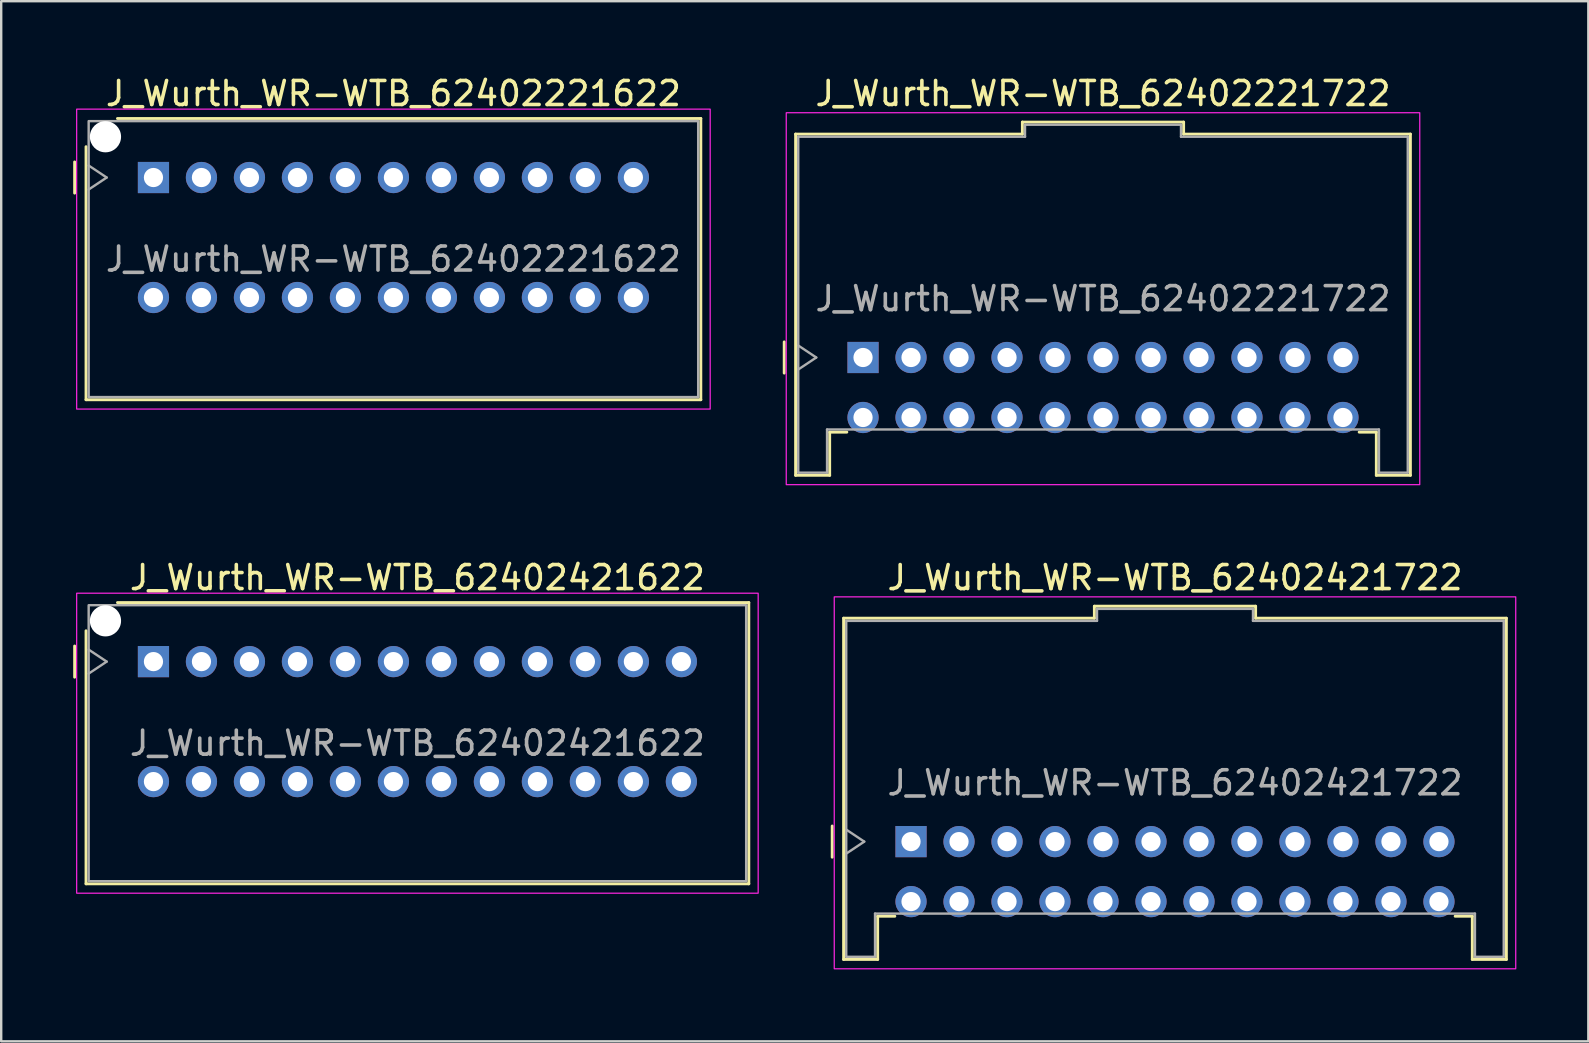
<source format=kicad_pcb>
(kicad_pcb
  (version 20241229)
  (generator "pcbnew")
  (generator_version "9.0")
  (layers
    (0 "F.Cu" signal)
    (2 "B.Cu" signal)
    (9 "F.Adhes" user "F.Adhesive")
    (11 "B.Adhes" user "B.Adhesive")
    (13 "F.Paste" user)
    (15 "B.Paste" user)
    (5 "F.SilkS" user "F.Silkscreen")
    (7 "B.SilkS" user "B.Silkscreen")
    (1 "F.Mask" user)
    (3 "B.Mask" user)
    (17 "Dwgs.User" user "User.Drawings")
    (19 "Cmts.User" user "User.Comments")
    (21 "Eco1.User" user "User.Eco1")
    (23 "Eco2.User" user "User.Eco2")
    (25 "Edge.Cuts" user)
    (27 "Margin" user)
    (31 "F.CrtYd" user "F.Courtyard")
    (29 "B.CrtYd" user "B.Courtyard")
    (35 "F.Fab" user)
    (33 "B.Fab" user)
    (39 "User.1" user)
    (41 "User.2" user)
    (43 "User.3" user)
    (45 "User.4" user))
  (footprint "J_Wurth_WR-WTB_62402421622"
    (layer "F.Cu")
    (at 3.345 24.521)
    (property "Reference" "J_Wurth_WR-WTB_62402421622" (at 11 -3.5 0) (unlocked yes) (layer "F.SilkS") (effects (font (size 1 1) (thickness 0.15))))
    (attr through_hole)
    (fp_line (start -3.285 -0.65) (end -3.285 0.65) (stroke (width 0.12) (type solid)) (layer "F.SilkS"))
    (fp_line (start -2.81 9.26) (end -2.81 -1.285) (stroke (width 0.12) (type default)) (layer "F.SilkS"))
    (fp_line (start -1.5 -2.46) (end 24.81 -2.46) (stroke (width 0.12) (type default)) (layer "F.SilkS"))
    (fp_line (start 24.81 -2.46) (end 24.81 9.26) (stroke (width 0.12) (type solid)) (layer "F.SilkS"))
    (fp_line (start 24.81 9.26) (end -2.81 9.26) (stroke (width 0.12) (type default)) (layer "F.SilkS"))
    (fp_rect (start -3.2 -2.85) (end 25.2 9.65) (stroke (width 0.05) (type solid)) (fill no) (layer "F.CrtYd"))
    (fp_line (start -1.95 0) (end -2.7 -0.5) (stroke (width 0.1) (type solid)) (layer "F.Fab"))
    (fp_line (start -1.95 0) (end -2.7 0.5) (stroke (width 0.1) (type solid)) (layer "F.Fab"))
    (fp_rect (start -2.7 -2.35) (end 24.7 9.15) (stroke (width 0.1) (type solid)) (fill no) (layer "F.Fab"))
    (fp_text user "${REFERENCE}" (at 11 3.4 0) (unlocked yes) (layer "F.Fab") (effects (font (size 1 1) (thickness 0.15))))
    (pad "" np_thru_hole circle (at -2 -1.7) (size 1.3 1.3) (drill 1.3) (layers "*.Cu" "*.Mask"))
    (pad "1" thru_hole rect (at 0 0) (size 1.3 1.3) (drill 0.8) (layers "*.Cu" "*.Mask"))
    (pad "2" thru_hole circle (at 0 5) (size 1.3 1.3) (drill 0.8) (layers "*.Cu" "*.Mask"))
    (pad "3" thru_hole circle (at 2 0) (size 1.3 1.3) (drill 0.8) (layers "*.Cu" "*.Mask"))
    (pad "4" thru_hole circle (at 2 5) (size 1.3 1.3) (drill 0.8) (layers "*.Cu" "*.Mask"))
    (pad "5" thru_hole circle (at 4 0) (size 1.3 1.3) (drill 0.8) (layers "*.Cu" "*.Mask"))
    (pad "6" thru_hole circle (at 4 5) (size 1.3 1.3) (drill 0.8) (layers "*.Cu" "*.Mask"))
    (pad "7" thru_hole circle (at 6 0) (size 1.3 1.3) (drill 0.8) (layers "*.Cu" "*.Mask"))
    (pad "8" thru_hole circle (at 6 5) (size 1.3 1.3) (drill 0.8) (layers "*.Cu" "*.Mask"))
    (pad "9" thru_hole circle (at 8 0) (size 1.3 1.3) (drill 0.8) (layers "*.Cu" "*.Mask"))
    (pad "10" thru_hole circle (at 8 5) (size 1.3 1.3) (drill 0.8) (layers "*.Cu" "*.Mask"))
    (pad "11" thru_hole circle (at 10 0) (size 1.3 1.3) (drill 0.8) (layers "*.Cu" "*.Mask"))
    (pad "12" thru_hole circle (at 10 5) (size 1.3 1.3) (drill 0.8) (layers "*.Cu" "*.Mask"))
    (pad "13" thru_hole circle (at 12 0) (size 1.3 1.3) (drill 0.8) (layers "*.Cu" "*.Mask"))
    (pad "14" thru_hole circle (at 12 5) (size 1.3 1.3) (drill 0.8) (layers "*.Cu" "*.Mask"))
    (pad "15" thru_hole circle (at 14 0) (size 1.3 1.3) (drill 0.8) (layers "*.Cu" "*.Mask"))
    (pad "16" thru_hole circle (at 14 5) (size 1.3 1.3) (drill 0.8) (layers "*.Cu" "*.Mask"))
    (pad "17" thru_hole circle (at 16 0) (size 1.3 1.3) (drill 0.8) (layers "*.Cu" "*.Mask"))
    (pad "18" thru_hole circle (at 16 5) (size 1.3 1.3) (drill 0.8) (layers "*.Cu" "*.Mask"))
    (pad "19" thru_hole circle (at 18 0) (size 1.3 1.3) (drill 0.8) (layers "*.Cu" "*.Mask"))
    (pad "20" thru_hole circle (at 18 5) (size 1.3 1.3) (drill 0.8) (layers "*.Cu" "*.Mask"))
    (pad "21" thru_hole circle (at 20 0) (size 1.3 1.3) (drill 0.8) (layers "*.Cu" "*.Mask"))
    (pad "22" thru_hole circle (at 20 5) (size 1.3 1.3) (drill 0.8) (layers "*.Cu" "*.Mask"))
    (pad "23" thru_hole circle (at 22 0) (size 1.3 1.3) (drill 0.8) (layers "*.Cu" "*.Mask"))
    (pad "24" thru_hole circle (at 22 5) (size 1.3 1.3) (drill 0.8) (layers "*.Cu" "*.Mask")))
  (footprint "J_Wurth_WR-WTB_62402221622"
    (layer "F.Cu")
    (at 3.345 4.348)
    (property "Reference" "J_Wurth_WR-WTB_62402221622" (at 10 -3.5 0) (unlocked yes) (layer "F.SilkS") (effects (font (size 1 1) (thickness 0.15))))
    (attr through_hole)
    (fp_line (start -3.285 -0.65) (end -3.285 0.65) (stroke (width 0.12) (type solid)) (layer "F.SilkS"))
    (fp_line (start -2.81 9.26) (end -2.81 -1.285) (stroke (width 0.12) (type default)) (layer "F.SilkS"))
    (fp_line (start -1.5 -2.46) (end 22.81 -2.46) (stroke (width 0.12) (type default)) (layer "F.SilkS"))
    (fp_line (start 22.81 -2.46) (end 22.81 9.26) (stroke (width 0.12) (type solid)) (layer "F.SilkS"))
    (fp_line (start 22.81 9.26) (end -2.81 9.26) (stroke (width 0.12) (type default)) (layer "F.SilkS"))
    (fp_rect (start -3.2 -2.85) (end 23.2 9.65) (stroke (width 0.05) (type solid)) (fill no) (layer "F.CrtYd"))
    (fp_line (start -1.95 0) (end -2.7 -0.5) (stroke (width 0.1) (type solid)) (layer "F.Fab"))
    (fp_line (start -1.95 0) (end -2.7 0.5) (stroke (width 0.1) (type solid)) (layer "F.Fab"))
    (fp_rect (start -2.7 -2.35) (end 22.7 9.15) (stroke (width 0.1) (type solid)) (fill no) (layer "F.Fab"))
    (fp_text user "${REFERENCE}" (at 10 3.4 0) (unlocked yes) (layer "F.Fab") (effects (font (size 1 1) (thickness 0.15))))
    (pad "" np_thru_hole circle (at -2 -1.7) (size 1.3 1.3) (drill 1.3) (layers "*.Cu" "*.Mask"))
    (pad "1" thru_hole rect (at 0 0) (size 1.3 1.3) (drill 0.8) (layers "*.Cu" "*.Mask"))
    (pad "2" thru_hole circle (at 0 5) (size 1.3 1.3) (drill 0.8) (layers "*.Cu" "*.Mask"))
    (pad "3" thru_hole circle (at 2 0) (size 1.3 1.3) (drill 0.8) (layers "*.Cu" "*.Mask"))
    (pad "4" thru_hole circle (at 2 5) (size 1.3 1.3) (drill 0.8) (layers "*.Cu" "*.Mask"))
    (pad "5" thru_hole circle (at 4 0) (size 1.3 1.3) (drill 0.8) (layers "*.Cu" "*.Mask"))
    (pad "6" thru_hole circle (at 4 5) (size 1.3 1.3) (drill 0.8) (layers "*.Cu" "*.Mask"))
    (pad "7" thru_hole circle (at 6 0) (size 1.3 1.3) (drill 0.8) (layers "*.Cu" "*.Mask"))
    (pad "8" thru_hole circle (at 6 5) (size 1.3 1.3) (drill 0.8) (layers "*.Cu" "*.Mask"))
    (pad "9" thru_hole circle (at 8 0) (size 1.3 1.3) (drill 0.8) (layers "*.Cu" "*.Mask"))
    (pad "10" thru_hole circle (at 8 5) (size 1.3 1.3) (drill 0.8) (layers "*.Cu" "*.Mask"))
    (pad "11" thru_hole circle (at 10 0) (size 1.3 1.3) (drill 0.8) (layers "*.Cu" "*.Mask"))
    (pad "12" thru_hole circle (at 10 5) (size 1.3 1.3) (drill 0.8) (layers "*.Cu" "*.Mask"))
    (pad "13" thru_hole circle (at 12 0) (size 1.3 1.3) (drill 0.8) (layers "*.Cu" "*.Mask"))
    (pad "14" thru_hole circle (at 12 5) (size 1.3 1.3) (drill 0.8) (layers "*.Cu" "*.Mask"))
    (pad "15" thru_hole circle (at 14 0) (size 1.3 1.3) (drill 0.8) (layers "*.Cu" "*.Mask"))
    (pad "16" thru_hole circle (at 14 5) (size 1.3 1.3) (drill 0.8) (layers "*.Cu" "*.Mask"))
    (pad "17" thru_hole circle (at 16 0) (size 1.3 1.3) (drill 0.8) (layers "*.Cu" "*.Mask"))
    (pad "18" thru_hole circle (at 16 5) (size 1.3 1.3) (drill 0.8) (layers "*.Cu" "*.Mask"))
    (pad "19" thru_hole circle (at 18 0) (size 1.3 1.3) (drill 0.8) (layers "*.Cu" "*.Mask"))
    (pad "20" thru_hole circle (at 18 5) (size 1.3 1.3) (drill 0.8) (layers "*.Cu" "*.Mask"))
    (pad "21" thru_hole circle (at 20 0) (size 1.3 1.3) (drill 0.8) (layers "*.Cu" "*.Mask"))
    (pad "22" thru_hole circle (at 20 5) (size 1.3 1.3) (drill 0.8) (layers "*.Cu" "*.Mask")))
  (footprint "J_Wurth_WR-WTB_62402221722"
    (layer "F.Cu")
    (at 32.915 11.848)
    (property "Reference" "J_Wurth_WR-WTB_62402221722" (at 10 -11 0) (unlocked yes) (layer "F.SilkS") (effects (font (size 1 1) (thickness 0.15))))
    (attr through_hole)
    (fp_line (start -3.285 -0.65) (end -3.285 0.65) (stroke (width 0.12) (type solid)) (layer "F.SilkS"))
    (fp_line (start -2.81 -9.31) (end 6.64 -9.31) (stroke (width 0.12) (type solid)) (layer "F.SilkS"))
    (fp_line (start -2.81 4.91) (end -2.81 -9.31) (stroke (width 0.12) (type default)) (layer "F.SilkS"))
    (fp_line (start -2.81 4.91) (end -1.39 4.91) (stroke (width 0.12) (type solid)) (layer "F.SilkS"))
    (fp_line (start -1.39 4.91) (end -1.39 3.11) (stroke (width 0.12) (type solid)) (layer "F.SilkS"))
    (fp_line (start -0.675 3.11) (end -1.39 3.11) (stroke (width 0.12) (type default)) (layer "F.SilkS"))
    (fp_line (start 6.64 -9.31) (end 6.64 -9.81) (stroke (width 0.12) (type solid)) (layer "F.SilkS"))
    (fp_line (start 13.36 -9.81) (end 6.64 -9.81) (stroke (width 0.12) (type default)) (layer "F.SilkS"))
    (fp_line (start 13.36 -9.31) (end 13.36 -9.81) (stroke (width 0.12) (type solid)) (layer "F.SilkS"))
    (fp_line (start 21.39 3.11) (end 20.675 3.11) (stroke (width 0.12) (type default)) (layer "F.SilkS"))
    (fp_line (start 21.39 4.91) (end 21.39 3.11) (stroke (width 0.12) (type solid)) (layer "F.SilkS"))
    (fp_line (start 22.81 -9.31) (end 13.36 -9.31) (stroke (width 0.12) (type solid)) (layer "F.SilkS"))
    (fp_line (start 22.81 -9.31) (end 22.81 4.91) (stroke (width 0.12) (type default)) (layer "F.SilkS"))
    (fp_line (start 22.81 4.91) (end 21.39 4.91) (stroke (width 0.12) (type solid)) (layer "F.SilkS"))
    (fp_rect (start -3.2 -10.2) (end 23.2 5.3) (stroke (width 0.05) (type solid)) (fill no) (layer "F.CrtYd"))
    (fp_line (start -2.7 -9.2) (end 6.75 -9.2) (stroke (width 0.1) (type solid)) (layer "F.Fab"))
    (fp_line (start -2.7 4.8) (end -2.7 -9.2) (stroke (width 0.1) (type default)) (layer "F.Fab"))
    (fp_line (start -2.7 4.8) (end -1.5 4.8) (stroke (width 0.1) (type solid)) (layer "F.Fab"))
    (fp_line (start -1.95 0) (end -2.7 -0.5) (stroke (width 0.1) (type solid)) (layer "F.Fab"))
    (fp_line (start -1.95 0) (end -2.7 0.5) (stroke (width 0.1) (type solid)) (layer "F.Fab"))
    (fp_line (start -1.5 4.8) (end -1.5 3) (stroke (width 0.1) (type solid)) (layer "F.Fab"))
    (fp_line (start 6.75 -9.2) (end 6.75 -9.7) (stroke (width 0.1) (type solid)) (layer "F.Fab"))
    (fp_line (start 13.25 -9.7) (end 6.75 -9.7) (stroke (width 0.1) (type default)) (layer "F.Fab"))
    (fp_line (start 13.25 -9.2) (end 13.25 -9.7) (stroke (width 0.1) (type solid)) (layer "F.Fab"))
    (fp_line (start 21.5 3) (end -1.5 3) (stroke (width 0.1) (type default)) (layer "F.Fab"))
    (fp_line (start 21.5 4.8) (end 21.5 3) (stroke (width 0.1) (type solid)) (layer "F.Fab"))
    (fp_line (start 22.7 -9.2) (end 13.25 -9.2) (stroke (width 0.1) (type solid)) (layer "F.Fab"))
    (fp_line (start 22.7 -9.2) (end 22.7 4.8) (stroke (width 0.1) (type default)) (layer "F.Fab"))
    (fp_line (start 22.7 4.8) (end 21.5 4.8) (stroke (width 0.1) (type solid)) (layer "F.Fab"))
    (fp_text user "${REFERENCE}" (at 10 -2.45 0) (unlocked yes) (layer "F.Fab") (effects (font (size 1 1) (thickness 0.15))))
    (pad "1" thru_hole rect (at 0 0 180) (size 1.3 1.3) (drill 0.8) (layers "*.Cu" "*.Mask"))
    (pad "2" thru_hole circle (at 0 2.5 180) (size 1.3 1.3) (drill 0.8) (layers "*.Cu" "*.Mask"))
    (pad "3" thru_hole circle (at 2 0 180) (size 1.3 1.3) (drill 0.8) (layers "*.Cu" "*.Mask"))
    (pad "4" thru_hole circle (at 2 2.5 180) (size 1.3 1.3) (drill 0.8) (layers "*.Cu" "*.Mask"))
    (pad "5" thru_hole circle (at 4 0 180) (size 1.3 1.3) (drill 0.8) (layers "*.Cu" "*.Mask"))
    (pad "6" thru_hole circle (at 4 2.5 180) (size 1.3 1.3) (drill 0.8) (layers "*.Cu" "*.Mask"))
    (pad "7" thru_hole circle (at 6 2.5 180) (size 1.3 1.3) (drill 0.8) (layers "*.Cu" "*.Mask"))
    (pad "8" thru_hole circle (at 6 0 180) (size 1.3 1.3) (drill 0.8) (layers "*.Cu" "*.Mask"))
    (pad "9" thru_hole circle (at 8 2.5 180) (size 1.3 1.3) (drill 0.8) (layers "*.Cu" "*.Mask"))
    (pad "10" thru_hole circle (at 8 0 180) (size 1.3 1.3) (drill 0.8) (layers "*.Cu" "*.Mask"))
    (pad "11" thru_hole circle (at 10 2.5 180) (size 1.3 1.3) (drill 0.8) (layers "*.Cu" "*.Mask"))
    (pad "12" thru_hole circle (at 10 0 180) (size 1.3 1.3) (drill 0.8) (layers "*.Cu" "*.Mask"))
    (pad "13" thru_hole circle (at 12 2.5 180) (size 1.3 1.3) (drill 0.8) (layers "*.Cu" "*.Mask"))
    (pad "14" thru_hole circle (at 12 0 180) (size 1.3 1.3) (drill 0.8) (layers "*.Cu" "*.Mask"))
    (pad "15" thru_hole circle (at 14 2.5 180) (size 1.3 1.3) (drill 0.8) (layers "*.Cu" "*.Mask"))
    (pad "16" thru_hole circle (at 14 0 180) (size 1.3 1.3) (drill 0.8) (layers "*.Cu" "*.Mask"))
    (pad "17" thru_hole circle (at 16 2.5 180) (size 1.3 1.3) (drill 0.8) (layers "*.Cu" "*.Mask"))
    (pad "18" thru_hole circle (at 16 0 180) (size 1.3 1.3) (drill 0.8) (layers "*.Cu" "*.Mask"))
    (pad "19" thru_hole circle (at 18 2.5 180) (size 1.3 1.3) (drill 0.8) (layers "*.Cu" "*.Mask"))
    (pad "20" thru_hole circle (at 18 0 180) (size 1.3 1.3) (drill 0.8) (layers "*.Cu" "*.Mask"))
    (pad "21" thru_hole circle (at 20 2.5 180) (size 1.3 1.3) (drill 0.8) (layers "*.Cu" "*.Mask"))
    (pad "22" thru_hole circle (at 20 0 180) (size 1.3 1.3) (drill 0.8) (layers "*.Cu" "*.Mask")))
  (footprint "J_Wurth_WR-WTB_62402421722"
    (layer "F.Cu")
    (at 34.915 32.022)
    (property "Reference" "J_Wurth_WR-WTB_62402421722" (at 11 -11 0) (unlocked yes) (layer "F.SilkS") (effects (font (size 1 1) (thickness 0.15))))
    (attr through_hole)
    (fp_line (start -3.285 -0.65) (end -3.285 0.65) (stroke (width 0.12) (type solid)) (layer "F.SilkS"))
    (fp_line (start -2.81 -9.31) (end 7.64 -9.31) (stroke (width 0.12) (type solid)) (layer "F.SilkS"))
    (fp_line (start -2.81 4.91) (end -2.81 -9.31) (stroke (width 0.12) (type default)) (layer "F.SilkS"))
    (fp_line (start -2.81 4.91) (end -1.39 4.91) (stroke (width 0.12) (type solid)) (layer "F.SilkS"))
    (fp_line (start -1.39 4.91) (end -1.39 3.11) (stroke (width 0.12) (type solid)) (layer "F.SilkS"))
    (fp_line (start -0.675 3.11) (end -1.39 3.11) (stroke (width 0.12) (type default)) (layer "F.SilkS"))
    (fp_line (start 7.64 -9.31) (end 7.64 -9.81) (stroke (width 0.12) (type solid)) (layer "F.SilkS"))
    (fp_line (start 14.36 -9.81) (end 7.64 -9.81) (stroke (width 0.12) (type default)) (layer "F.SilkS"))
    (fp_line (start 14.36 -9.31) (end 14.36 -9.81) (stroke (width 0.12) (type solid)) (layer "F.SilkS"))
    (fp_line (start 23.39 3.11) (end 22.675 3.11) (stroke (width 0.12) (type default)) (layer "F.SilkS"))
    (fp_line (start 23.39 4.91) (end 23.39 3.11) (stroke (width 0.12) (type solid)) (layer "F.SilkS"))
    (fp_line (start 24.81 -9.31) (end 14.36 -9.31) (stroke (width 0.12) (type solid)) (layer "F.SilkS"))
    (fp_line (start 24.81 -9.31) (end 24.81 4.91) (stroke (width 0.12) (type default)) (layer "F.SilkS"))
    (fp_line (start 24.81 4.91) (end 23.39 4.91) (stroke (width 0.12) (type solid)) (layer "F.SilkS"))
    (fp_rect (start -3.2 -10.2) (end 25.2 5.3) (stroke (width 0.05) (type solid)) (fill no) (layer "F.CrtYd"))
    (fp_line (start -2.7 -9.2) (end 7.75 -9.2) (stroke (width 0.1) (type solid)) (layer "F.Fab"))
    (fp_line (start -2.7 4.8) (end -2.7 -9.2) (stroke (width 0.1) (type default)) (layer "F.Fab"))
    (fp_line (start -2.7 4.8) (end -1.5 4.8) (stroke (width 0.1) (type solid)) (layer "F.Fab"))
    (fp_line (start -1.95 0) (end -2.7 -0.5) (stroke (width 0.1) (type solid)) (layer "F.Fab"))
    (fp_line (start -1.95 0) (end -2.7 0.5) (stroke (width 0.1) (type solid)) (layer "F.Fab"))
    (fp_line (start -1.5 4.8) (end -1.5 3) (stroke (width 0.1) (type solid)) (layer "F.Fab"))
    (fp_line (start 7.75 -9.2) (end 7.75 -9.7) (stroke (width 0.1) (type solid)) (layer "F.Fab"))
    (fp_line (start 14.25 -9.7) (end 7.75 -9.7) (stroke (width 0.1) (type default)) (layer "F.Fab"))
    (fp_line (start 14.25 -9.2) (end 14.25 -9.7) (stroke (width 0.1) (type solid)) (layer "F.Fab"))
    (fp_line (start 23.5 3) (end -1.5 3) (stroke (width 0.1) (type default)) (layer "F.Fab"))
    (fp_line (start 23.5 4.8) (end 23.5 3) (stroke (width 0.1) (type solid)) (layer "F.Fab"))
    (fp_line (start 24.7 -9.2) (end 14.25 -9.2) (stroke (width 0.1) (type solid)) (layer "F.Fab"))
    (fp_line (start 24.7 -9.2) (end 24.7 4.8) (stroke (width 0.1) (type default)) (layer "F.Fab"))
    (fp_line (start 24.7 4.8) (end 23.5 4.8) (stroke (width 0.1) (type solid)) (layer "F.Fab"))
    (fp_text user "${REFERENCE}" (at 11 -2.45 0) (unlocked yes) (layer "F.Fab") (effects (font (size 1 1) (thickness 0.15))))
    (pad "1" thru_hole rect (at 0 0 180) (size 1.3 1.3) (drill 0.8) (layers "*.Cu" "*.Mask"))
    (pad "2" thru_hole circle (at 0 2.5 180) (size 1.3 1.3) (drill 0.8) (layers "*.Cu" "*.Mask"))
    (pad "3" thru_hole circle (at 2 0 180) (size 1.3 1.3) (drill 0.8) (layers "*.Cu" "*.Mask"))
    (pad "4" thru_hole circle (at 2 2.5 180) (size 1.3 1.3) (drill 0.8) (layers "*.Cu" "*.Mask"))
    (pad "5" thru_hole circle (at 4 0 180) (size 1.3 1.3) (drill 0.8) (layers "*.Cu" "*.Mask"))
    (pad "6" thru_hole circle (at 4 2.5 180) (size 1.3 1.3) (drill 0.8) (layers "*.Cu" "*.Mask"))
    (pad "7" thru_hole circle (at 6 2.5 180) (size 1.3 1.3) (drill 0.8) (layers "*.Cu" "*.Mask"))
    (pad "8" thru_hole circle (at 6 0 180) (size 1.3 1.3) (drill 0.8) (layers "*.Cu" "*.Mask"))
    (pad "9" thru_hole circle (at 8 2.5 180) (size 1.3 1.3) (drill 0.8) (layers "*.Cu" "*.Mask"))
    (pad "10" thru_hole circle (at 8 0 180) (size 1.3 1.3) (drill 0.8) (layers "*.Cu" "*.Mask"))
    (pad "11" thru_hole circle (at 10 2.5 180) (size 1.3 1.3) (drill 0.8) (layers "*.Cu" "*.Mask"))
    (pad "12" thru_hole circle (at 10 0 180) (size 1.3 1.3) (drill 0.8) (layers "*.Cu" "*.Mask"))
    (pad "13" thru_hole circle (at 12 2.5 180) (size 1.3 1.3) (drill 0.8) (layers "*.Cu" "*.Mask"))
    (pad "14" thru_hole circle (at 12 0 180) (size 1.3 1.3) (drill 0.8) (layers "*.Cu" "*.Mask"))
    (pad "15" thru_hole circle (at 14 2.5 180) (size 1.3 1.3) (drill 0.8) (layers "*.Cu" "*.Mask"))
    (pad "16" thru_hole circle (at 14 0 180) (size 1.3 1.3) (drill 0.8) (layers "*.Cu" "*.Mask"))
    (pad "17" thru_hole circle (at 16 2.5 180) (size 1.3 1.3) (drill 0.8) (layers "*.Cu" "*.Mask"))
    (pad "18" thru_hole circle (at 16 0 180) (size 1.3 1.3) (drill 0.8) (layers "*.Cu" "*.Mask"))
    (pad "19" thru_hole circle (at 18 2.5 180) (size 1.3 1.3) (drill 0.8) (layers "*.Cu" "*.Mask"))
    (pad "20" thru_hole circle (at 18 0 180) (size 1.3 1.3) (drill 0.8) (layers "*.Cu" "*.Mask"))
    (pad "21" thru_hole circle (at 20 2.5 180) (size 1.3 1.3) (drill 0.8) (layers "*.Cu" "*.Mask"))
    (pad "22" thru_hole circle (at 20 0 180) (size 1.3 1.3) (drill 0.8) (layers "*.Cu" "*.Mask"))
    (pad "23" thru_hole circle (at 22 2.5 180) (size 1.3 1.3) (drill 0.8) (layers "*.Cu" "*.Mask"))
    (pad "24" thru_hole circle (at 22 0 180) (size 1.3 1.3) (drill 0.8) (layers "*.Cu" "*.Mask")))
  (gr_rect
    (start -3 -3)
    (end 63.14 40.346)
    (stroke (width 0.1) (type default))
    (fill no)
    (layer "Edge.Cuts")))
</source>
